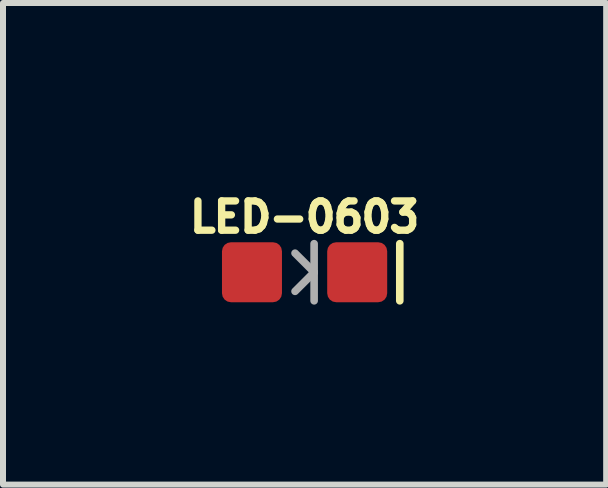
<source format=kicad_pcb>
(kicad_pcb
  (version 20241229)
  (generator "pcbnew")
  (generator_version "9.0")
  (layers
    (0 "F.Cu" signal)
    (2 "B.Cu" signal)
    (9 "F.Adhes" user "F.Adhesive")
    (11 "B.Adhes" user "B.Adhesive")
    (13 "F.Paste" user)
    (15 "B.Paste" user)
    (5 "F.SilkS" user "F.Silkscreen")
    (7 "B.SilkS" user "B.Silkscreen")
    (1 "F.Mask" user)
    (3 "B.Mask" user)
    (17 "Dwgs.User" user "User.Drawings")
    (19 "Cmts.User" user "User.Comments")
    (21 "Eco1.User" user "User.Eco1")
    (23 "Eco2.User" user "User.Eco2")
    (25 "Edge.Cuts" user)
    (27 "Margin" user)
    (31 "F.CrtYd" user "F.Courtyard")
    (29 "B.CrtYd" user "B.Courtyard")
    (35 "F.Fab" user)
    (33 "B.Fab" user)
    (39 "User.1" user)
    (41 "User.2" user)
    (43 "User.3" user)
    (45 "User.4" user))
  (footprint "LED-0603"
    (layer "F.Cu")
    (at 2.027 1.488)
    (property "Reference" "LED-0603" (at 0 -0.635 0) (layer "F.SilkS") (effects (font (size 0.488 0.488) (thickness 0.122)) (justify bottom)))
    (fp_line (start 1.587 -0.476) (end 1.587 0.476) (stroke (width 0.127) (type solid)) (layer "F.SilkS"))
    (fp_line (start 0.159 -0.476) (end 0.159 0) (stroke (width 0.127) (type solid)) (layer "F.Fab"))
    (fp_line (start 0.159 0) (end -0.159 -0.318) (stroke (width 0.127) (type solid)) (layer "F.Fab"))
    (fp_line (start 0.159 0) (end -0.159 0.318) (stroke (width 0.127) (type solid)) (layer "F.Fab"))
    (fp_line (start 0.159 0) (end 0.159 0.476) (stroke (width 0.127) (type solid)) (layer "F.Fab"))
    (pad "A" smd roundrect (at -0.877 0 270) (size 1 1) (layers "F.Cu" "F.Mask" "F.Paste") (roundrect_rratio 0.15))
    (pad "C" smd roundrect (at 0.877 0 270) (size 1 1) (layers "F.Cu" "F.Mask" "F.Paste") (roundrect_rratio 0.15)))
  (gr_rect
    (start -3 -3)
    (end 7.054 5.028)
    (stroke (width 0.1) (type default))
    (fill no)
    (layer "Edge.Cuts")))
</source>
